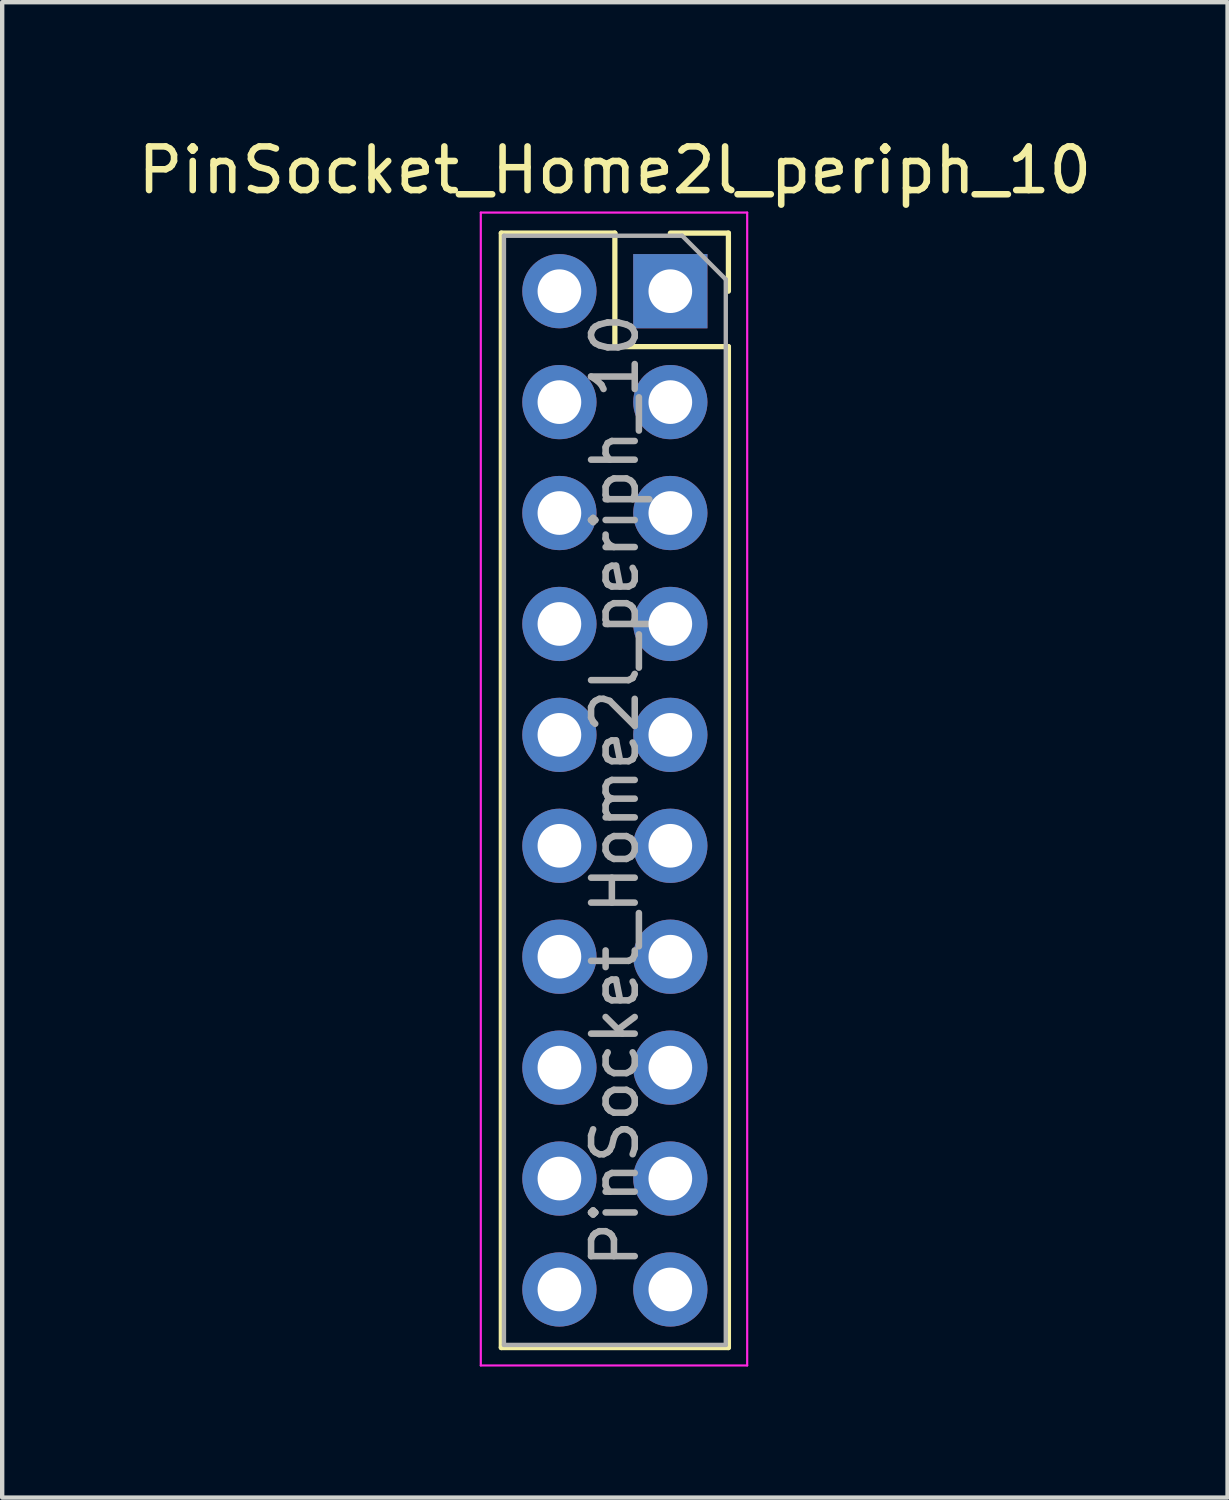
<source format=kicad_pcb>
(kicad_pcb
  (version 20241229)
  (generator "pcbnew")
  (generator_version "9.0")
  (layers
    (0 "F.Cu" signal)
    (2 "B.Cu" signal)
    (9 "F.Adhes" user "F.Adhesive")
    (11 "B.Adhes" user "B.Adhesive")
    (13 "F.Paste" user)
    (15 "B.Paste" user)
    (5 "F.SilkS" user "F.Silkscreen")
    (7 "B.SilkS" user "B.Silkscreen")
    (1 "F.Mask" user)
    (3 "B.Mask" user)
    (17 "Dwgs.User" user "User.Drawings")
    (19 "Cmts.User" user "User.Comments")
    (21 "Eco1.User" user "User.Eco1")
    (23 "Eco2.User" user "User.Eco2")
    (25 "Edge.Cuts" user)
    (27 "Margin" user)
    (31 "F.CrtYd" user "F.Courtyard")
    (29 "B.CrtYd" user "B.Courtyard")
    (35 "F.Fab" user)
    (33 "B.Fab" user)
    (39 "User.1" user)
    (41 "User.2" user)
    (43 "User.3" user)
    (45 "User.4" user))
  (footprint "PinSocket_Home2l_periph_10"
    (layer "F.Cu")
    (at 12.3 3.618)
    (property "Reference" "PinSocket_Home2l_periph_10" (at -1.27 -2.77 0) (layer "F.SilkS") (effects (font (size 1 1) (thickness 0.15))))
    (attr through_hole)
    (fp_line (start -3.87 -1.33) (end -3.87 24.19) (stroke (width 0.12) (type solid)) (layer "F.SilkS"))
    (fp_line (start -3.87 -1.33) (end -1.27 -1.33) (stroke (width 0.12) (type solid)) (layer "F.SilkS"))
    (fp_line (start -3.87 24.19) (end 1.33 24.19) (stroke (width 0.12) (type solid)) (layer "F.SilkS"))
    (fp_line (start -1.27 -1.33) (end -1.27 1.27) (stroke (width 0.12) (type solid)) (layer "F.SilkS"))
    (fp_line (start -1.27 1.27) (end 1.33 1.27) (stroke (width 0.12) (type solid)) (layer "F.SilkS"))
    (fp_line (start 0 -1.33) (end 1.33 -1.33) (stroke (width 0.12) (type solid)) (layer "F.SilkS"))
    (fp_line (start 1.33 -1.33) (end 1.33 0) (stroke (width 0.12) (type solid)) (layer "F.SilkS"))
    (fp_line (start 1.33 1.27) (end 1.33 24.19) (stroke (width 0.12) (type solid)) (layer "F.SilkS"))
    (fp_line (start -4.34 -1.8) (end 1.76 -1.8) (stroke (width 0.05) (type solid)) (layer "F.CrtYd"))
    (fp_line (start -4.34 24.6) (end -4.34 -1.8) (stroke (width 0.05) (type solid)) (layer "F.CrtYd"))
    (fp_line (start 1.76 -1.8) (end 1.76 24.6) (stroke (width 0.05) (type solid)) (layer "F.CrtYd"))
    (fp_line (start 1.76 24.6) (end -4.34 24.6) (stroke (width 0.05) (type solid)) (layer "F.CrtYd"))
    (fp_line (start -3.81 -1.27) (end 0.27 -1.27) (stroke (width 0.1) (type solid)) (layer "F.Fab"))
    (fp_line (start -3.81 24.13) (end -3.81 -1.27) (stroke (width 0.1) (type solid)) (layer "F.Fab"))
    (fp_line (start 0.27 -1.27) (end 1.27 -0.27) (stroke (width 0.1) (type solid)) (layer "F.Fab"))
    (fp_line (start 1.27 -0.27) (end 1.27 24.13) (stroke (width 0.1) (type solid)) (layer "F.Fab"))
    (fp_line (start 1.27 24.13) (end -3.81 24.13) (stroke (width 0.1) (type solid)) (layer "F.Fab"))
    (fp_text user "${REFERENCE}" (at -1.27 11.43 90) (layer "F.Fab") (effects (font (size 1 1) (thickness 0.15))))
    (pad "1" thru_hole rect (at 0 0) (size 1.7 1.7) (drill 1) (layers "*.Cu" "*.Mask"))
    (pad "2" thru_hole oval (at 0 2.54) (size 1.7 1.7) (drill 1) (layers "*.Cu" "*.Mask"))
    (pad "3" thru_hole oval (at 0 5.08) (size 1.7 1.7) (drill 1) (layers "*.Cu" "*.Mask"))
    (pad "4" thru_hole oval (at 0 7.62) (size 1.7 1.7) (drill 1) (layers "*.Cu" "*.Mask"))
    (pad "5" thru_hole oval (at 0 10.16) (size 1.7 1.7) (drill 1) (layers "*.Cu" "*.Mask"))
    (pad "6" thru_hole oval (at 0 12.7) (size 1.7 1.7) (drill 1) (layers "*.Cu" "*.Mask"))
    (pad "7" thru_hole oval (at 0 15.24) (size 1.7 1.7) (drill 1) (layers "*.Cu" "*.Mask"))
    (pad "8" thru_hole oval (at 0 17.78) (size 1.7 1.7) (drill 1) (layers "*.Cu" "*.Mask"))
    (pad "9" thru_hole oval (at 0 20.32) (size 1.7 1.7) (drill 1) (layers "*.Cu" "*.Mask"))
    (pad "10" thru_hole oval (at 0 22.86) (size 1.7 1.7) (drill 1) (layers "*.Cu" "*.Mask"))
    (pad "11" thru_hole oval (at -2.54 0) (size 1.7 1.7) (drill 1) (layers "*.Cu" "*.Mask"))
    (pad "12" thru_hole oval (at -2.54 2.54) (size 1.7 1.7) (drill 1) (layers "*.Cu" "*.Mask"))
    (pad "13" thru_hole oval (at -2.54 5.08) (size 1.7 1.7) (drill 1) (layers "*.Cu" "*.Mask"))
    (pad "14" thru_hole oval (at -2.54 7.62) (size 1.7 1.7) (drill 1) (layers "*.Cu" "*.Mask"))
    (pad "15" thru_hole oval (at -2.54 10.16) (size 1.7 1.7) (drill 1) (layers "*.Cu" "*.Mask"))
    (pad "16" thru_hole oval (at -2.54 12.7) (size 1.7 1.7) (drill 1) (layers "*.Cu" "*.Mask"))
    (pad "17" thru_hole oval (at -2.54 15.24) (size 1.7 1.7) (drill 1) (layers "*.Cu" "*.Mask"))
    (pad "18" thru_hole oval (at -2.54 17.78) (size 1.7 1.7) (drill 1) (layers "*.Cu" "*.Mask"))
    (pad "19" thru_hole oval (at -2.54 20.32) (size 1.7 1.7) (drill 1) (layers "*.Cu" "*.Mask"))
    (pad "20" thru_hole oval (at -2.54 22.86) (size 1.7 1.7) (drill 1) (layers "*.Cu" "*.Mask")))
  (gr_rect
    (start -3 -3)
    (end 25.06 31.243)
    (stroke (width 0.1) (type default))
    (fill no)
    (layer "Edge.Cuts")))
</source>
